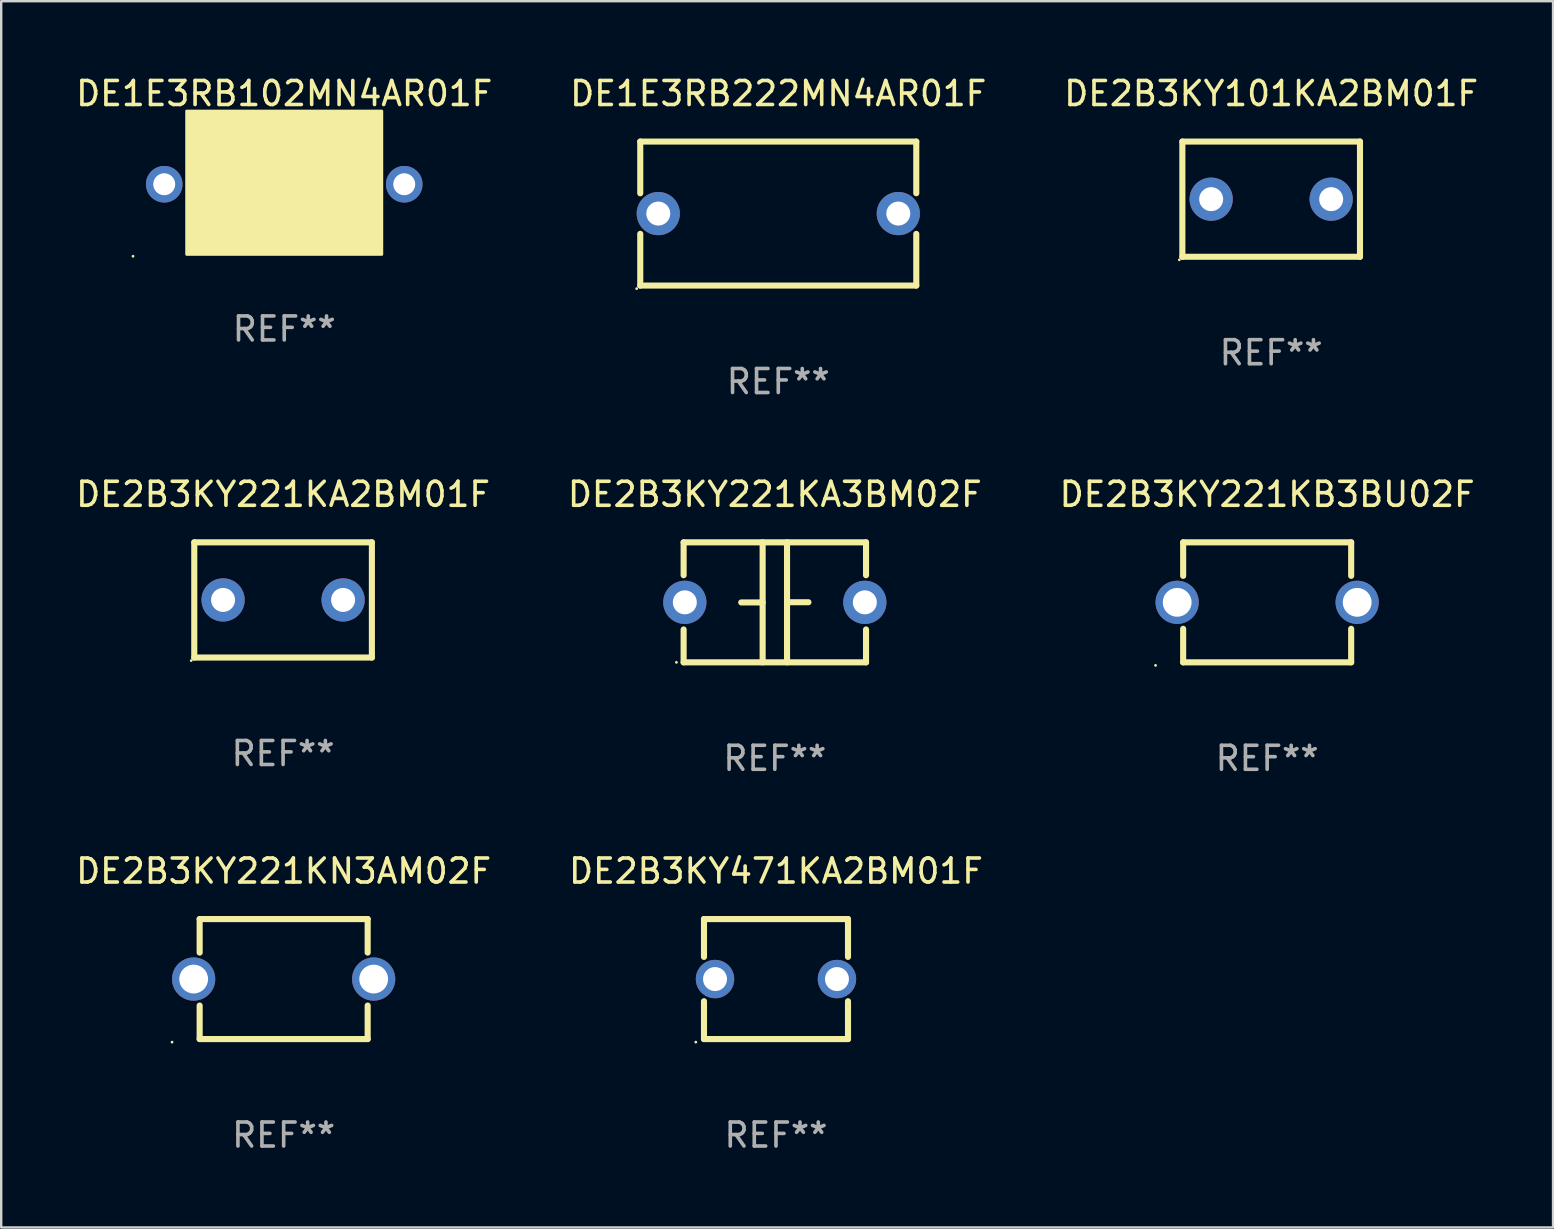
<source format=kicad_pcb>
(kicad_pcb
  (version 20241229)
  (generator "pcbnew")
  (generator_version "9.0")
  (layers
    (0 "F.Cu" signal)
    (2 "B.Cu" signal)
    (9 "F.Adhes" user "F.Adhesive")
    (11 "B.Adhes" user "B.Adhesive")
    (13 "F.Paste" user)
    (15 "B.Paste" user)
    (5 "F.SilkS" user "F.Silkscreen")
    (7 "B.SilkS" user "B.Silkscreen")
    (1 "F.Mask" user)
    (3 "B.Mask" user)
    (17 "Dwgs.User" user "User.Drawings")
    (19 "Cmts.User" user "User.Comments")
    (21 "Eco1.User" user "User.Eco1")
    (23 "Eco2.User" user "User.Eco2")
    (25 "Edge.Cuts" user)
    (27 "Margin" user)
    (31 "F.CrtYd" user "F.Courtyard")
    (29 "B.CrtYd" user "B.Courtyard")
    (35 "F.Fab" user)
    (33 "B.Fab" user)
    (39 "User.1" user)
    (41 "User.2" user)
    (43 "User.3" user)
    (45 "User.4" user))
  (footprint "DE2B3KY221KA3BM02F"
    (layer "F.Cu")
    (at 29.232 22.045)
    (property "Reference" "DE2B3KY221KA3BM02F" (at 0 -4.5 0) (layer "F.SilkS") (effects (font (size 1 1) (thickness 0.15))))
    (attr through_hole)
    (fp_line (start -3.8 -2.5) (end -3.8 -1.13) (stroke (width 0.254) (type solid)) (layer "F.SilkS"))
    (fp_line (start -3.8 -2.5) (end 3.8 -2.5) (stroke (width 0.254) (type solid)) (layer "F.SilkS"))
    (fp_line (start -3.8 1.13) (end -3.8 2.5) (stroke (width 0.254) (type solid)) (layer "F.SilkS"))
    (fp_line (start -3.8 2.5) (end 3.8 2.5) (stroke (width 0.254) (type solid)) (layer "F.SilkS"))
    (fp_line (start -0.508 0.004) (end -1.4 0.004) (stroke (width 0.254) (type solid)) (layer "F.SilkS"))
    (fp_line (start -0.508 2.5) (end -0.508 -2.5) (stroke (width 0.254) (type solid)) (layer "F.SilkS"))
    (fp_line (start 0.508 -2.5) (end 0.508 2.5) (stroke (width 0.254) (type solid)) (layer "F.SilkS"))
    (fp_line (start 0.508 -0.004) (end 1.4 -0.004) (stroke (width 0.254) (type solid)) (layer "F.SilkS"))
    (fp_line (start 3.8 -2.5) (end 3.8 -1.13) (stroke (width 0.254) (type solid)) (layer "F.SilkS"))
    (fp_line (start 3.8 1.13) (end 3.8 2.5) (stroke (width 0.254) (type solid)) (layer "F.SilkS"))
    (fp_circle (center -4.1 2.5) (end -4.07 2.5) (stroke (width 0.06) (type solid)) (fill no) (layer "F.SilkS"))
    (fp_text user "REF**" (at 0 6.5 0) (layer "F.Fab") (effects (font (size 1 1) (thickness 0.15))))
    (pad "1" thru_hole circle (at -3.75 0) (size 1.8 1.8) (drill 1) (layers "*.Cu" "*.Mask"))
    (pad "2" thru_hole circle (at 3.75 0) (size 1.8 1.8) (drill 1) (layers "*.Cu" "*.Mask")))
  (footprint "DE2B3KY221KB3BU02F"
    (layer "F.Cu")
    (at 49.744 22.045)
    (property "Reference" "DE2B3KY221KB3BU02F" (at 0 -4.5 0) (layer "F.SilkS") (effects (font (size 1 1) (thickness 0.15))))
    (attr through_hole)
    (fp_line (start -3.5 -2.5) (end -3.5 -1.103) (stroke (width 0.254) (type solid)) (layer "F.SilkS"))
    (fp_line (start -3.5 -2.5) (end 3.5 -2.5) (stroke (width 0.254) (type solid)) (layer "F.SilkS"))
    (fp_line (start -3.5 1.103) (end -3.5 2.5) (stroke (width 0.254) (type solid)) (layer "F.SilkS"))
    (fp_line (start 3.5 -2.5) (end 3.5 -1.103) (stroke (width 0.254) (type solid)) (layer "F.SilkS"))
    (fp_line (start 3.5 1.103) (end 3.5 2.5) (stroke (width 0.254) (type solid)) (layer "F.SilkS"))
    (fp_line (start 3.5 2.5) (end -3.5 2.5) (stroke (width 0.254) (type solid)) (layer "F.SilkS"))
    (fp_circle (center -4.65 2.627) (end -4.62 2.627) (stroke (width 0.06) (type solid)) (fill no) (layer "F.SilkS"))
    (fp_text user "REF**" (at 0 6.5 0) (layer "F.Fab") (effects (font (size 1 1) (thickness 0.15))))
    (pad "1" thru_hole circle (at -3.75 0) (size 1.8 1.8) (drill 1.2) (layers "*.Cu" "*.Mask"))
    (pad "2" thru_hole circle (at 3.75 0) (size 1.8 1.8) (drill 1.2) (layers "*.Cu" "*.Mask")))
  (footprint "DE2B3KY101KA2BM01F"
    (layer "F.Cu")
    (at 49.911 5.248)
    (property "Reference" "DE2B3KY101KA2BM01F" (at 0 -4.4 0) (layer "F.SilkS") (effects (font (size 1 1) (thickness 0.15))))
    (attr through_hole)
    (fp_line (start -3.7 -2.4) (end -3.7 2.4) (stroke (width 0.254) (type solid)) (layer "F.SilkS"))
    (fp_line (start -3.7 -2.4) (end 3.7 -2.4) (stroke (width 0.254) (type solid)) (layer "F.SilkS"))
    (fp_line (start -3.7 2.4) (end 3.7 2.4) (stroke (width 0.254) (type solid)) (layer "F.SilkS"))
    (fp_line (start 3.7 -2.4) (end 3.7 2.4) (stroke (width 0.254) (type solid)) (layer "F.SilkS"))
    (fp_circle (center -3.827 2.527) (end -3.797 2.527) (stroke (width 0.06) (type solid)) (fill no) (layer "F.SilkS"))
    (fp_text user "REF**" (at 0 6.4 0) (layer "F.Fab") (effects (font (size 1 1) (thickness 0.15))))
    (pad "1" thru_hole circle (at -2.5 0) (size 1.8 1.8) (drill 1) (layers "*.Cu" "*.Mask"))
    (pad "2" thru_hole circle (at 2.5 0) (size 1.8 1.8) (drill 1) (layers "*.Cu" "*.Mask")))
  (footprint "DE1E3RB222MN4AR01F"
    (layer "F.Cu")
    (at 29.375 5.848)
    (property "Reference" "DE1E3RB222MN4AR01F" (at 0 -5 0) (layer "F.SilkS") (effects (font (size 1 1) (thickness 0.15))))
    (attr through_hole)
    (fp_line (start -5.75 -3) (end -5.75 -0.845) (stroke (width 0.254) (type solid)) (layer "F.SilkS"))
    (fp_line (start -5.75 -3) (end 5.75 -3) (stroke (width 0.254) (type solid)) (layer "F.SilkS"))
    (fp_line (start -5.75 0.845) (end -5.75 3) (stroke (width 0.254) (type solid)) (layer "F.SilkS"))
    (fp_line (start 5.75 -3) (end 5.75 -0.847) (stroke (width 0.254) (type solid)) (layer "F.SilkS"))
    (fp_line (start 5.75 0.847) (end 5.75 3) (stroke (width 0.254) (type solid)) (layer "F.SilkS"))
    (fp_line (start 5.75 3) (end -5.75 3) (stroke (width 0.254) (type solid)) (layer "F.SilkS"))
    (fp_circle (center -5.899 3.127) (end -5.869 3.127) (stroke (width 0.06) (type solid)) (fill no) (layer "F.SilkS"))
    (fp_text user "REF**" (at 0 7 0) (layer "F.Fab") (effects (font (size 1 1) (thickness 0.15))))
    (pad "1" thru_hole circle (at -4.999 0) (size 1.8 1.8) (drill 1) (layers "*.Cu" "*.Mask"))
    (pad "2" thru_hole circle (at 5.001 0) (size 1.8 1.8) (drill 1) (layers "*.Cu" "*.Mask")))
  (footprint "DE2B3KY221KN3AM02F"
    (layer "F.Cu")
    (at 8.768 37.741)
    (property "Reference" "DE2B3KY221KN3AM02F" (at 0 -4.5 0) (layer "F.SilkS") (effects (font (size 1 1) (thickness 0.15))))
    (attr through_hole)
    (fp_line (start -3.5 -2.5) (end -3.5 -1.103) (stroke (width 0.254) (type solid)) (layer "F.SilkS"))
    (fp_line (start -3.5 -2.5) (end 3.5 -2.5) (stroke (width 0.254) (type solid)) (layer "F.SilkS"))
    (fp_line (start -3.5 1.103) (end -3.5 2.5) (stroke (width 0.254) (type solid)) (layer "F.SilkS"))
    (fp_line (start 3.5 -2.5) (end 3.5 -1.103) (stroke (width 0.254) (type solid)) (layer "F.SilkS"))
    (fp_line (start 3.5 1.103) (end 3.5 2.5) (stroke (width 0.254) (type solid)) (layer "F.SilkS"))
    (fp_line (start 3.5 2.5) (end -3.5 2.5) (stroke (width 0.254) (type solid)) (layer "F.SilkS"))
    (fp_circle (center -4.65 2.627) (end -4.62 2.627) (stroke (width 0.06) (type solid)) (fill no) (layer "F.SilkS"))
    (fp_text user "REF**" (at 0 6.5 0) (layer "F.Fab") (effects (font (size 1 1) (thickness 0.15))))
    (pad "1" thru_hole circle (at -3.75 0) (size 1.8 1.8) (drill 1.2) (layers "*.Cu" "*.Mask"))
    (pad "2" thru_hole circle (at 3.75 0) (size 1.8 1.8) (drill 1.2) (layers "*.Cu" "*.Mask")))
  (footprint "DE2B3KY471KA2BM01F"
    (layer "F.Cu")
    (at 29.28 37.741)
    (property "Reference" "DE2B3KY471KA2BM01F" (at 0 -4.5 0) (layer "F.SilkS") (effects (font (size 1 1) (thickness 0.15))))
    (attr through_hole)
    (fp_line (start -3 -2.5) (end -3 -0.923) (stroke (width 0.254) (type solid)) (layer "F.SilkS"))
    (fp_line (start -3 -2.5) (end 3 -2.5) (stroke (width 0.254) (type solid)) (layer "F.SilkS"))
    (fp_line (start -3 0.923) (end -3 2.5) (stroke (width 0.254) (type solid)) (layer "F.SilkS"))
    (fp_line (start 3 -2.5) (end 3 -0.923) (stroke (width 0.254) (type solid)) (layer "F.SilkS"))
    (fp_line (start 3 0.923) (end 3 2.5) (stroke (width 0.254) (type solid)) (layer "F.SilkS"))
    (fp_line (start 3 2.5) (end -3 2.5) (stroke (width 0.254) (type solid)) (layer "F.SilkS"))
    (fp_circle (center -3.34 2.627) (end -3.31 2.627) (stroke (width 0.06) (type solid)) (fill no) (layer "F.SilkS"))
    (fp_text user "REF**" (at 0 6.5 0) (layer "F.Fab") (effects (font (size 1 1) (thickness 0.15))))
    (pad "1" thru_hole circle (at -2.54 0) (size 1.6 1.6) (drill 1) (layers "*.Cu" "*.Mask"))
    (pad "2" thru_hole circle (at 2.54 0) (size 1.6 1.6) (drill 1) (layers "*.Cu" "*.Mask")))
  (footprint "DE1E3RB102MN4AR01F"
    (layer "F.Cu")
    (at 8.792 4.753)
    (property "Reference" "DE1E3RB102MN4AR01F" (at 0 -3.905 0) (layer "F.SilkS") (effects (font (size 1 1) (thickness 0.15))))
    (attr through_hole)
    (fp_line (start -2.54 -0.127) (end -0.762 -0.127) (stroke (width 0.254) (type solid)) (layer "F.SilkS"))
    (fp_line (start -0.635 -1.905) (end -0.635 1.905) (stroke (width 0.254) (type solid)) (layer "F.SilkS"))
    (fp_line (start 0.635 -1.905) (end 0.635 1.905) (stroke (width 0.254) (type solid)) (layer "F.SilkS"))
    (fp_line (start 0.635 -0.099) (end 2.54 -0.099) (stroke (width 0.254) (type solid)) (layer "F.SilkS"))
    (fp_circle (center -6.3 2.873) (end -6.27 2.873) (stroke (width 0.06) (type solid)) (fill no) (layer "F.SilkS"))
    (fp_poly (pts (xy -4.064 -3.175) (xy 4.064 -3.175) (xy 4.064 2.794) (xy -4.064 2.794)) (stroke (width 0.12) (type solid)) (fill yes) (layer "F.SilkS"))
    (fp_text user "REF**" (at 0 5.905 0) (layer "F.Fab") (effects (font (size 1 1) (thickness 0.15))))
    (pad "1" thru_hole circle (at -5 -0.127) (size 1.524 1.524) (drill 0.914) (layers "*.Cu" "*.Mask"))
    (pad "2" thru_hole circle (at 5 -0.127) (size 1.524 1.524) (drill 0.914) (layers "*.Cu" "*.Mask")))
  (footprint "DE2B3KY221KA2BM01F"
    (layer "F.Cu")
    (at 8.744 21.945)
    (property "Reference" "DE2B3KY221KA2BM01F" (at 0 -4.4 0) (layer "F.SilkS") (effects (font (size 1 1) (thickness 0.15))))
    (attr through_hole)
    (fp_line (start -3.7 -2.4) (end -3.7 2.4) (stroke (width 0.254) (type solid)) (layer "F.SilkS"))
    (fp_line (start -3.7 -2.4) (end 3.7 -2.4) (stroke (width 0.254) (type solid)) (layer "F.SilkS"))
    (fp_line (start -3.7 2.4) (end 3.7 2.4) (stroke (width 0.254) (type solid)) (layer "F.SilkS"))
    (fp_line (start 3.7 -2.4) (end 3.7 2.4) (stroke (width 0.254) (type solid)) (layer "F.SilkS"))
    (fp_circle (center -3.827 2.527) (end -3.797 2.527) (stroke (width 0.06) (type solid)) (fill no) (layer "F.SilkS"))
    (fp_text user "REF**" (at 0 6.4 0) (layer "F.Fab") (effects (font (size 1 1) (thickness 0.15))))
    (pad "1" thru_hole circle (at -2.5 0) (size 1.8 1.8) (drill 1) (layers "*.Cu" "*.Mask"))
    (pad "2" thru_hole circle (at 2.5 0) (size 1.8 1.8) (drill 1) (layers "*.Cu" "*.Mask")))
  (gr_rect
    (start -3 -3)
    (end 61.655 48.09)
    (stroke (width 0.1) (type default))
    (fill no)
    (layer "Edge.Cuts")))
</source>
